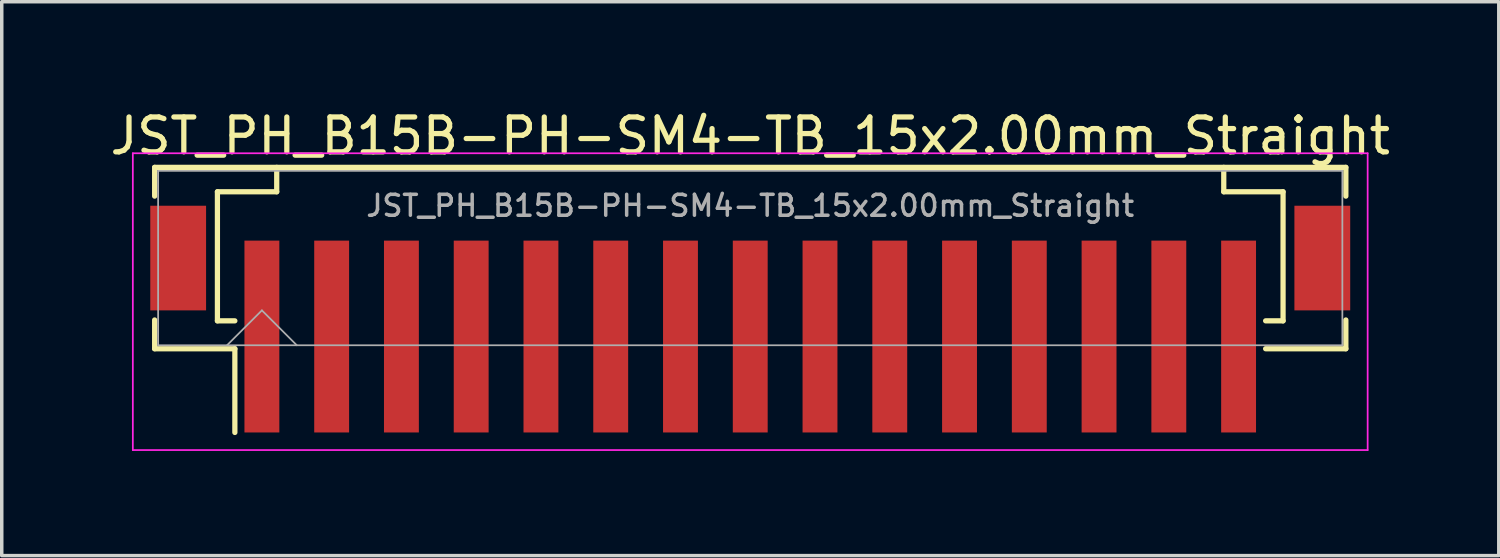
<source format=kicad_pcb>
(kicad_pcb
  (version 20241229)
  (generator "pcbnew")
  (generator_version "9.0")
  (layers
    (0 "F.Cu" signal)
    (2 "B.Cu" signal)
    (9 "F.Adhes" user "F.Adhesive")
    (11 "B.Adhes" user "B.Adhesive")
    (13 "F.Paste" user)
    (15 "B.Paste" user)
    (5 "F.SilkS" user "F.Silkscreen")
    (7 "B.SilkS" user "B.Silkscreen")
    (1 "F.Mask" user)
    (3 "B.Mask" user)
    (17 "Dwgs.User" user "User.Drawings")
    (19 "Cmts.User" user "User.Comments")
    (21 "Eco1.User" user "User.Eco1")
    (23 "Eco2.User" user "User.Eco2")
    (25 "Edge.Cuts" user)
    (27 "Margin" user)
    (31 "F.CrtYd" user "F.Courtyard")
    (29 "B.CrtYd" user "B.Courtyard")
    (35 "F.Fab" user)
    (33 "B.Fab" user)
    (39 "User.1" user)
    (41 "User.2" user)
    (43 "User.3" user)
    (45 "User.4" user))
  (footprint "JST_PH_B15B-PH-SM4-TB_15x2.00mm_Straight"
    (layer "F.Cu")
    (at 18.458 5.473)
    (property "Reference" "JST_PH_B15B-PH-SM4-TB_15x2.00mm_Straight" (at 0 -2.625 0) (layer "F.Fab") (effects (font (size 0.6 0.6) (thickness 0.1))))
    (attr smd)
    (fp_line (start -17.075 -3.725) (end 17.075 -3.725) (stroke (width 0.15) (type solid)) (layer "F.SilkS"))
    (fp_line (start -17.075 -2.9) (end -17.075 -3.725) (stroke (width 0.15) (type solid)) (layer "F.SilkS"))
    (fp_line (start -17.075 0.65) (end -17.075 1.475) (stroke (width 0.15) (type solid)) (layer "F.SilkS"))
    (fp_line (start -17.075 1.475) (end -14.775 1.475) (stroke (width 0.15) (type solid)) (layer "F.SilkS"))
    (fp_line (start -15.275 -3.025) (end -15.275 0.675) (stroke (width 0.15) (type solid)) (layer "F.SilkS"))
    (fp_line (start -15.275 0.675) (end -14.775 0.675) (stroke (width 0.15) (type solid)) (layer "F.SilkS"))
    (fp_line (start -14.775 1.475) (end -14.775 3.875) (stroke (width 0.15) (type solid)) (layer "F.SilkS"))
    (fp_line (start -13.575 -3.725) (end -13.575 -3.025) (stroke (width 0.15) (type solid)) (layer "F.SilkS"))
    (fp_line (start -13.575 -3.025) (end -15.275 -3.025) (stroke (width 0.15) (type solid)) (layer "F.SilkS"))
    (fp_line (start 13.575 -3.725) (end 13.575 -3.025) (stroke (width 0.15) (type solid)) (layer "F.SilkS"))
    (fp_line (start 13.575 -3.025) (end 15.275 -3.025) (stroke (width 0.15) (type solid)) (layer "F.SilkS"))
    (fp_line (start 15.275 -3.025) (end 15.275 0.675) (stroke (width 0.15) (type solid)) (layer "F.SilkS"))
    (fp_line (start 15.275 0.675) (end 14.775 0.675) (stroke (width 0.15) (type solid)) (layer "F.SilkS"))
    (fp_line (start 17.075 -3.725) (end 17.075 -2.9) (stroke (width 0.15) (type solid)) (layer "F.SilkS"))
    (fp_line (start 17.075 0.65) (end 17.075 1.475) (stroke (width 0.15) (type solid)) (layer "F.SilkS"))
    (fp_line (start 17.075 1.475) (end 14.775 1.475) (stroke (width 0.15) (type solid)) (layer "F.SilkS"))
    (fp_line (start -17.7 -4.13) (end -17.7 4.38) (stroke (width 0.05) (type solid)) (layer "F.CrtYd"))
    (fp_line (start -17.7 4.38) (end 17.7 4.38) (stroke (width 0.05) (type solid)) (layer "F.CrtYd"))
    (fp_line (start 17.7 -4.13) (end -17.7 -4.13) (stroke (width 0.05) (type solid)) (layer "F.CrtYd"))
    (fp_line (start 17.7 4.38) (end 17.7 -4.13) (stroke (width 0.05) (type solid)) (layer "F.CrtYd"))
    (fp_line (start -16.975 -3.625) (end -16.975 1.375) (stroke (width 0.05) (type solid)) (layer "F.Fab"))
    (fp_line (start -16.975 1.375) (end 16.975 1.375) (stroke (width 0.05) (type solid)) (layer "F.Fab"))
    (fp_line (start -15 1.375) (end -14 0.375) (stroke (width 0.05) (type solid)) (layer "F.Fab"))
    (fp_line (start -14 0.375) (end -13 1.375) (stroke (width 0.05) (type solid)) (layer "F.Fab"))
    (fp_line (start 16.975 -3.625) (end -16.975 -3.625) (stroke (width 0.05) (type solid)) (layer "F.Fab"))
    (fp_line (start 16.975 1.375) (end 16.975 -3.625) (stroke (width 0.05) (type solid)) (layer "F.Fab"))
    (fp_text user "${REFERENCE}" (at 0 -4.625 0) (layer "F.SilkS") (effects (font (size 1 1) (thickness 0.15))))
    (pad "" smd rect (at -16.4 -1.125) (size 1.6 3) (layers "F.Cu" "F.Mask" "F.Paste"))
    (pad "" smd rect (at 16.4 -1.125) (size 1.6 3) (layers "F.Cu" "F.Mask" "F.Paste"))
    (pad "1" smd rect (at -14 1.125) (size 1 5.5) (layers "F.Cu" "F.Mask" "F.Paste"))
    (pad "2" smd rect (at -12 1.125) (size 1 5.5) (layers "F.Cu" "F.Mask" "F.Paste"))
    (pad "3" smd rect (at -10 1.125) (size 1 5.5) (layers "F.Cu" "F.Mask" "F.Paste"))
    (pad "4" smd rect (at -8 1.125) (size 1 5.5) (layers "F.Cu" "F.Mask" "F.Paste"))
    (pad "5" smd rect (at -6 1.125) (size 1 5.5) (layers "F.Cu" "F.Mask" "F.Paste"))
    (pad "6" smd rect (at -4 1.125) (size 1 5.5) (layers "F.Cu" "F.Mask" "F.Paste"))
    (pad "7" smd rect (at -2 1.125) (size 1 5.5) (layers "F.Cu" "F.Mask" "F.Paste"))
    (pad "8" smd rect (at 0 1.125) (size 1 5.5) (layers "F.Cu" "F.Mask" "F.Paste"))
    (pad "9" smd rect (at 2 1.125) (size 1 5.5) (layers "F.Cu" "F.Mask" "F.Paste"))
    (pad "10" smd rect (at 4 1.125) (size 1 5.5) (layers "F.Cu" "F.Mask" "F.Paste"))
    (pad "11" smd rect (at 6 1.125) (size 1 5.5) (layers "F.Cu" "F.Mask" "F.Paste"))
    (pad "12" smd rect (at 8 1.125) (size 1 5.5) (layers "F.Cu" "F.Mask" "F.Paste"))
    (pad "13" smd rect (at 10 1.125) (size 1 5.5) (layers "F.Cu" "F.Mask" "F.Paste"))
    (pad "14" smd rect (at 12 1.125) (size 1 5.5) (layers "F.Cu" "F.Mask" "F.Paste"))
    (pad "15" smd rect (at 14 1.125) (size 1 5.5) (layers "F.Cu" "F.Mask" "F.Paste")))
  (gr_rect
    (start -3 -3)
    (end 39.917 12.878)
    (stroke (width 0.1) (type default))
    (fill no)
    (layer "Edge.Cuts")))
</source>
